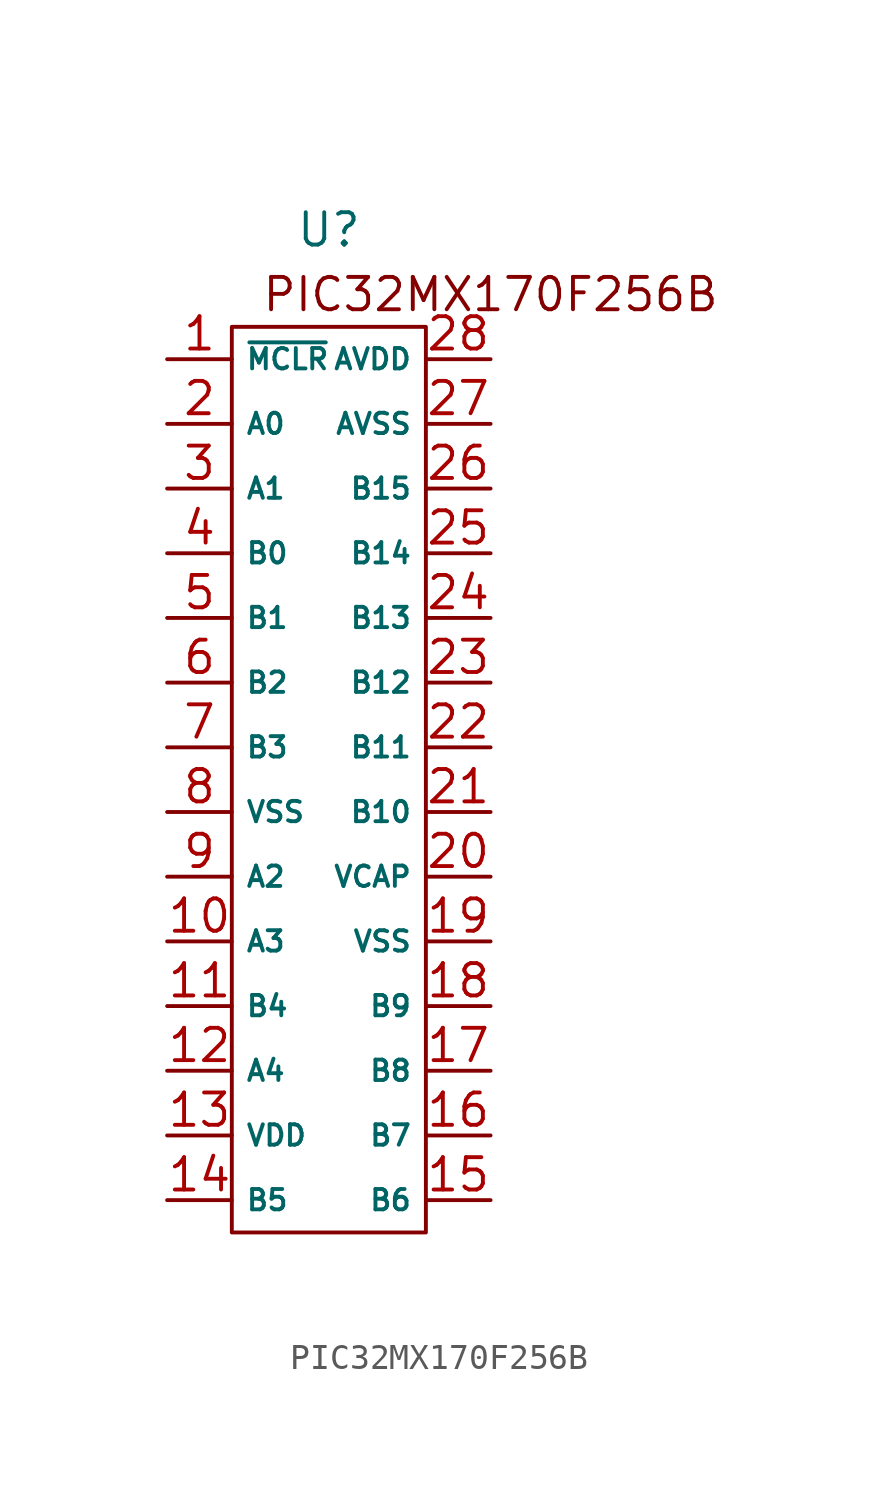
<source format=kicad_sym>
(kicad_symbol_lib
  (version 20220914)
  (generator kicad_symbol_editor)
  (symbol "PIC32MX170F256B"
    (property "Reference" "U"
      (at 3.81 3.81 0)
      (effects (font (size 1.27 1.27))))
    (property "Value" ""
      (at 0 -2.54 0)
      (effects (font (size 1.27 1.27))))
    (symbol "PIC32MX170F256B_1_1"
      (rectangle (start 0 0) (end 7.62 -35.56) (stroke (width 0) (type default)) (fill (type none)))
      (text "PIC32MX170F256B" (at 10.16 1.27 0) (effects (font (size 1.27 1.27))))
      (pin input line (at -2.54 -1.27 0) (length 2.54) (name "~{MCLR}" (effects (font (size 0.8 0.8)))) (number "1" (effects (font (size 1.27 1.27)))))
      (pin input line (at -2.54 -24.13 0) (length 2.54) (name "A3" (effects (font (size 0.8 0.8)))) (number "10" (effects (font (size 1.27 1.27)))))
      (pin input line (at -2.54 -26.67 0) (length 2.54) (name "B4" (effects (font (size 0.8 0.8)))) (number "11" (effects (font (size 1.27 1.27)))))
      (pin output line (at -2.54 -29.21 0) (length 2.54) (name "A4" (effects (font (size 0.8 0.8)))) (number "12" (effects (font (size 1.27 1.27)))))
      (pin power_in line (at -2.54 -31.75 0) (length 2.54) (name "VDD" (effects (font (size 0.8 0.8)))) (number "13" (effects (font (size 1.27 1.27)))))
      (pin output line (at -2.54 -34.29 0) (length 2.54) (name "B5" (effects (font (size 0.8 0.8)))) (number "14" (effects (font (size 1.27 1.27)))))
      (pin input line (at 10.16 -34.29 180) (length 2.54) (name "B6" (effects (font (size 0.8 0.8)))) (number "15" (effects (font (size 1.27 1.27)))))
      (pin input line (at 10.16 -31.75 180) (length 2.54) (name "B7" (effects (font (size 0.8 0.8)))) (number "16" (effects (font (size 1.27 1.27)))))
      (pin input line (at 10.16 -29.21 180) (length 2.54) (name "B8" (effects (font (size 0.8 0.8)))) (number "17" (effects (font (size 1.27 1.27)))))
      (pin input line (at 10.16 -26.67 180) (length 2.54) (name "B9" (effects (font (size 0.8 0.8)))) (number "18" (effects (font (size 1.27 1.27)))))
      (pin power_in line (at 10.16 -24.13 180) (length 2.54) (name "VSS" (effects (font (size 0.8 0.8)))) (number "19" (effects (font (size 1.27 1.27)))))
      (pin input line (at -2.54 -3.81 0) (length 2.54) (name "A0" (effects (font (size 0.8 0.8)))) (number "2" (effects (font (size 1.27 1.27)))))
      (pin power_in line (at 10.16 -21.59 180) (length 2.54) (name "VCAP" (effects (font (size 0.8 0.8)))) (number "20" (effects (font (size 1.27 1.27)))))
      (pin input line (at 10.16 -19.05 180) (length 2.54) (name "B10" (effects (font (size 0.8 0.8)))) (number "21" (effects (font (size 1.27 1.27)))))
      (pin input line (at 10.16 -16.51 180) (length 2.54) (name "B11" (effects (font (size 0.8 0.8)))) (number "22" (effects (font (size 1.27 1.27)))))
      (pin input line (at 10.16 -13.97 180) (length 2.54) (name "B12" (effects (font (size 0.8 0.8)))) (number "23" (effects (font (size 1.27 1.27)))))
      (pin input line (at 10.16 -11.43 180) (length 2.54) (name "B13" (effects (font (size 0.8 0.8)))) (number "24" (effects (font (size 1.27 1.27)))))
      (pin input line (at 10.16 -8.89 180) (length 2.54) (name "B14" (effects (font (size 0.8 0.8)))) (number "25" (effects (font (size 1.27 1.27)))))
      (pin input line (at 10.16 -6.35 180) (length 2.54) (name "B15" (effects (font (size 0.8 0.8)))) (number "26" (effects (font (size 1.27 1.27)))))
      (pin power_in line (at 10.16 -3.81 180) (length 2.54) (name "AVSS" (effects (font (size 0.8 0.8)))) (number "27" (effects (font (size 1.27 1.27)))))
      (pin power_in line (at 10.16 -1.27 180) (length 2.54) (name "AVDD" (effects (font (size 0.8 0.8)))) (number "28" (effects (font (size 1.27 1.27)))))
      (pin input line (at -2.54 -6.35 0) (length 2.54) (name "A1" (effects (font (size 0.8 0.8)))) (number "3" (effects (font (size 1.27 1.27)))))
      (pin input line (at -2.54 -8.89 0) (length 2.54) (name "B0" (effects (font (size 0.8 0.8)))) (number "4" (effects (font (size 1.27 1.27)))))
      (pin input line (at -2.54 -11.43 0) (length 2.54) (name "B1" (effects (font (size 0.8 0.8)))) (number "5" (effects (font (size 1.27 1.27)))))
      (pin input line (at -2.54 -13.97 0) (length 2.54) (name "B2" (effects (font (size 0.8 0.8)))) (number "6" (effects (font (size 1.27 1.27)))))
      (pin output line (at -2.54 -16.51 0) (length 2.54) (name "B3" (effects (font (size 0.8 0.8)))) (number "7" (effects (font (size 1.27 1.27)))))
      (pin power_in line (at -2.54 -19.05 0) (length 2.54) (name "VSS" (effects (font (size 0.8 0.8)))) (number "8" (effects (font (size 1.27 1.27)))))
      (pin input line (at -2.54 -21.59 0) (length 2.54) (name "A2" (effects (font (size 0.8 0.8)))) (number "9" (effects (font (size 1.27 1.27))))))))
</source>
